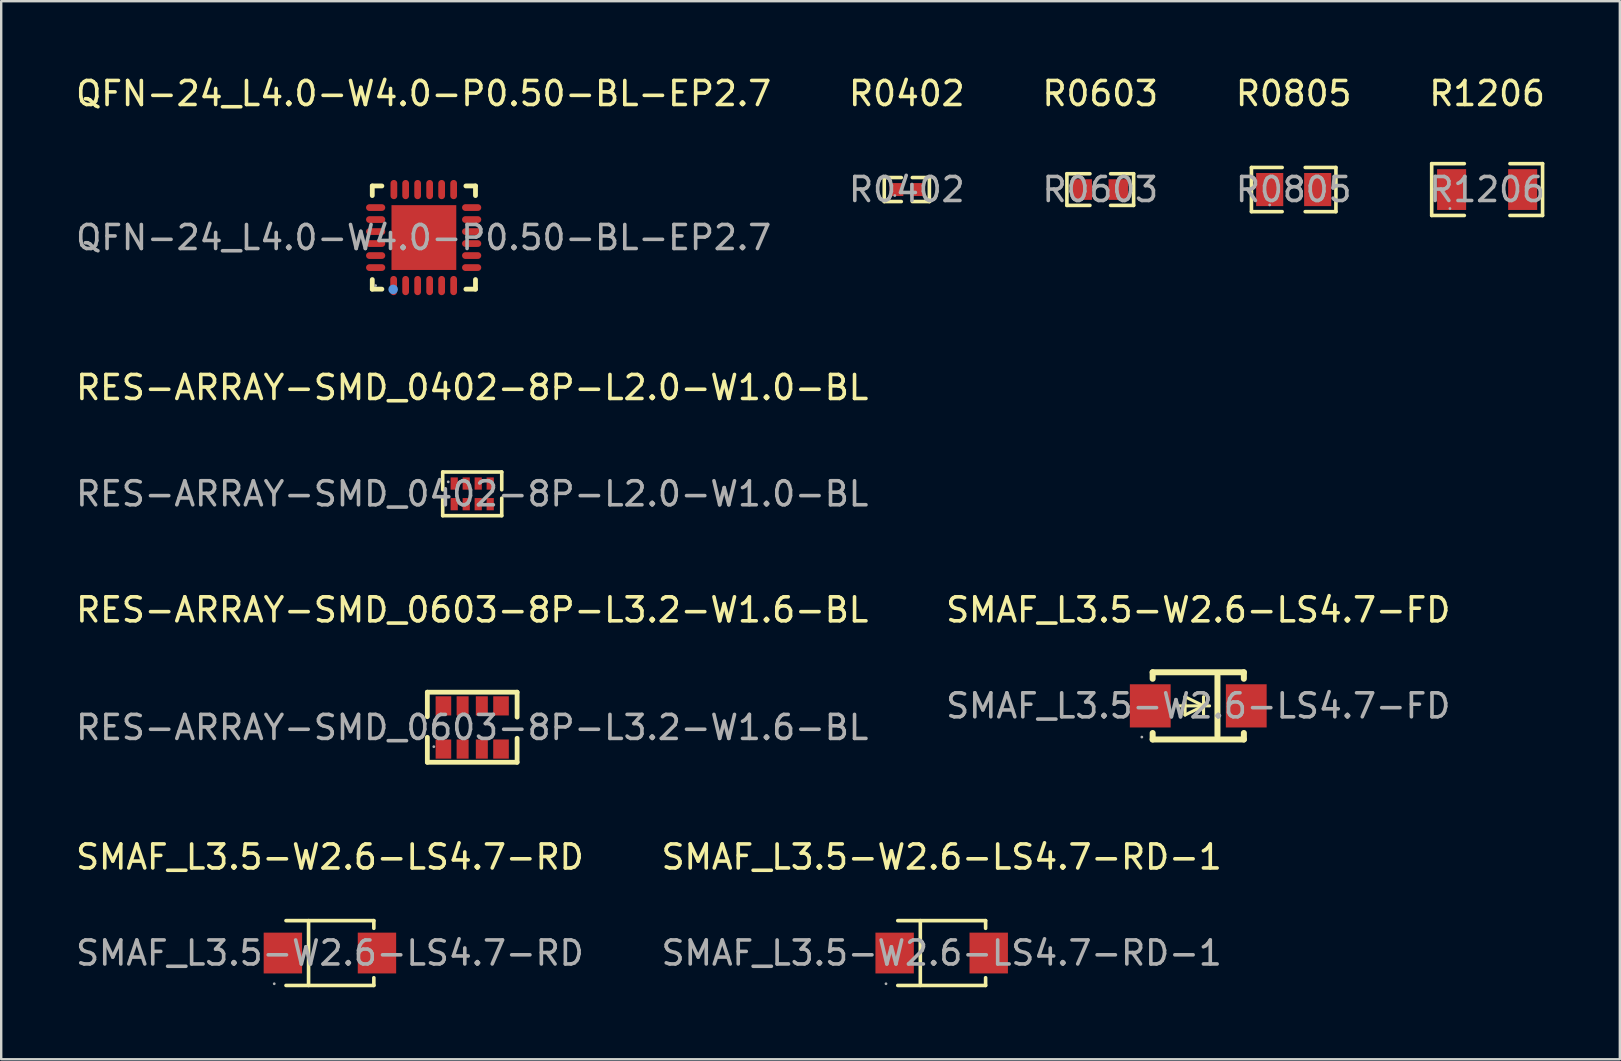
<source format=kicad_pcb>
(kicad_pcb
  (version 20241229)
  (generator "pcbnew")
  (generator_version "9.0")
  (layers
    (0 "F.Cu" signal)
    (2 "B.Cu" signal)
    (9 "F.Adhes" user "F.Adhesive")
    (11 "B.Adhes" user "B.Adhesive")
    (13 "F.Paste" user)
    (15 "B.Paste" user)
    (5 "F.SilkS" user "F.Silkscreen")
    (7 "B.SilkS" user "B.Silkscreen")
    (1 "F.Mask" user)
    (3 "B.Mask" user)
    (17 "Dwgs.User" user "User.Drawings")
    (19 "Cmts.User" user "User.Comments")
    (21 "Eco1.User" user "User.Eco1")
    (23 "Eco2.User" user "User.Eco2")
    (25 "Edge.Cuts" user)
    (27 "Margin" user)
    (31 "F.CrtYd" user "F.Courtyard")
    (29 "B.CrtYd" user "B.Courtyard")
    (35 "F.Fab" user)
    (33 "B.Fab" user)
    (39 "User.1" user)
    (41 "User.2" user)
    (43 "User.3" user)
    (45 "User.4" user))
  (footprint "SMAF_L3.5-W2.6-LS4.7-RD"
    (layer "F.Cu")
    (at 10.696 36.658)
    (property "Reference" "SMAF_L3.5-W2.6-LS4.7-RD" (at 0 -4 0) (layer "F.SilkS") (effects (font (size 1 1) (thickness 0.15))))
    (attr through_hole)
    (fp_line (start -1.83 -1.35) (end 1.83 -1.35) (stroke (width 0.15) (type solid)) (layer "F.SilkS"))
    (fp_line (start -1.83 1.35) (end 1.83 1.35) (stroke (width 0.15) (type solid)) (layer "F.SilkS"))
    (fp_line (start -0.89 -1.35) (end -0.89 1.35) (stroke (width 0.15) (type solid)) (layer "F.SilkS"))
    (fp_line (start 1.83 -1.35) (end 1.83 -1.03) (stroke (width 0.15) (type solid)) (layer "F.SilkS"))
    (fp_line (start 1.83 1.03) (end 1.83 1.35) (stroke (width 0.15) (type solid)) (layer "F.SilkS"))
    (fp_circle (center -2.32 1.28) (end -2.29 1.28) (stroke (width 0.06) (type solid)) (fill no) (layer "F.Fab"))
    (fp_text user "${REFERENCE}" (at 0 0 0) (layer "F.Fab") (effects (font (size 1 1) (thickness 0.15))))
    (pad "1" smd rect (at -1.96 0 180) (size 1.6 1.7) (layers "F.Cu" "F.Mask" "F.Paste"))
    (pad "2" smd rect (at 1.96 0 180) (size 1.6 1.7) (layers "F.Cu" "F.Mask" "F.Paste")))
  (footprint "R0805"
    (layer "F.Cu")
    (at 50.851 4.848)
    (property "Reference" "R0805" (at 0 -4 0) (layer "F.SilkS") (effects (font (size 1 1) (thickness 0.15))))
    (attr smd)
    (fp_line (start -1.76 -0.92) (end -0.48 -0.92) (stroke (width 0.15) (type solid)) (layer "F.SilkS"))
    (fp_line (start -1.76 0.92) (end -1.76 -0.92) (stroke (width 0.15) (type solid)) (layer "F.SilkS"))
    (fp_line (start -0.48 0.92) (end -1.76 0.92) (stroke (width 0.15) (type solid)) (layer "F.SilkS"))
    (fp_line (start 0.48 0.92) (end 1.76 0.92) (stroke (width 0.15) (type solid)) (layer "F.SilkS"))
    (fp_line (start 1.76 -0.92) (end 0.48 -0.92) (stroke (width 0.15) (type solid)) (layer "F.SilkS"))
    (fp_line (start 1.76 0.92) (end 1.76 -0.92) (stroke (width 0.15) (type solid)) (layer "F.SilkS"))
    (fp_circle (center -1 0.64) (end -0.97 0.64) (stroke (width 0.06) (type solid)) (fill no) (layer "F.Fab"))
    (fp_text user "${REFERENCE}" (at 0 0 0) (layer "F.Fab") (effects (font (size 1 1) (thickness 0.15))))
    (pad "1" smd rect (at -1 0) (size 1.13 1.38) (layers "F.Cu" "F.Mask" "F.Paste"))
    (pad "2" smd rect (at 1 0) (size 1.13 1.38) (layers "F.Cu" "F.Mask" "F.Paste")))
  (footprint "QFN-24_L4.0-W4.0-P0.50-BL-EP2.7"
    (layer "F.Cu")
    (at 14.601 6.848)
    (property "Reference" "QFN-24_L4.0-W4.0-P0.50-BL-EP2.7" (at 0 -6 0) (layer "F.SilkS") (effects (font (size 1 1) (thickness 0.15))))
    (attr smd)
    (fp_line (start -2.14 -2.15) (end -1.74 -2.15) (stroke (width 0.2) (type solid)) (layer "F.SilkS"))
    (fp_line (start -2.14 -1.75) (end -2.14 -2.15) (stroke (width 0.2) (type solid)) (layer "F.SilkS"))
    (fp_line (start -2.14 2.15) (end -2.14 1.75) (stroke (width 0.2) (type solid)) (layer "F.SilkS"))
    (fp_line (start -1.74 2.15) (end -2.14 2.15) (stroke (width 0.2) (type solid)) (layer "F.SilkS"))
    (fp_line (start 2.16 -2.15) (end 1.76 -2.15) (stroke (width 0.2) (type solid)) (layer "F.SilkS"))
    (fp_line (start 2.16 -1.75) (end 2.16 -2.15) (stroke (width 0.2) (type solid)) (layer "F.SilkS"))
    (fp_line (start 2.16 1.75) (end 2.16 2.15) (stroke (width 0.2) (type solid)) (layer "F.SilkS"))
    (fp_line (start 2.16 2.15) (end 1.76 2.15) (stroke (width 0.2) (type solid)) (layer "F.SilkS"))
    (fp_circle (center -1.27 2.16) (end -1.17 2.16) (stroke (width 0.2) (type solid)) (fill no) (layer "Cmts.User"))
    (fp_circle (center -2 2) (end -1.97 2) (stroke (width 0.06) (type solid)) (fill no) (layer "F.Fab"))
    (fp_text user "${REFERENCE}" (at 0 0 0) (layer "F.Fab") (effects (font (size 1 1) (thickness 0.15))))
    (pad "1" smd oval (at -1.25 2) (size 0.28 0.8) (layers "F.Cu" "F.Mask" "F.Paste"))
    (pad "2" smd oval (at -0.75 2) (size 0.28 0.8) (layers "F.Cu" "F.Mask" "F.Paste"))
    (pad "3" smd oval (at -0.25 2) (size 0.28 0.8) (layers "F.Cu" "F.Mask" "F.Paste"))
    (pad "4" smd oval (at 0.25 2) (size 0.28 0.8) (layers "F.Cu" "F.Mask" "F.Paste"))
    (pad "5" smd oval (at 0.75 2) (size 0.28 0.8) (layers "F.Cu" "F.Mask" "F.Paste"))
    (pad "6" smd oval (at 1.25 2) (size 0.28 0.8) (layers "F.Cu" "F.Mask" "F.Paste"))
    (pad "7" smd oval (at 2 1.25) (size 0.8 0.28) (layers "F.Cu" "F.Mask" "F.Paste"))
    (pad "8" smd oval (at 2 0.75) (size 0.8 0.28) (layers "F.Cu" "F.Mask" "F.Paste"))
    (pad "9" smd oval (at 2 0.25) (size 0.8 0.28) (layers "F.Cu" "F.Mask" "F.Paste"))
    (pad "10" smd oval (at 2 -0.25) (size 0.8 0.28) (layers "F.Cu" "F.Mask" "F.Paste"))
    (pad "11" smd oval (at 2 -0.75) (size 0.8 0.28) (layers "F.Cu" "F.Mask" "F.Paste"))
    (pad "12" smd oval (at 2 -1.25) (size 0.8 0.28) (layers "F.Cu" "F.Mask" "F.Paste"))
    (pad "13" smd oval (at 1.25 -2) (size 0.28 0.8) (layers "F.Cu" "F.Mask" "F.Paste"))
    (pad "14" smd oval (at 0.75 -2) (size 0.28 0.8) (layers "F.Cu" "F.Mask" "F.Paste"))
    (pad "15" smd oval (at 0.25 -2) (size 0.28 0.8) (layers "F.Cu" "F.Mask" "F.Paste"))
    (pad "16" smd oval (at -0.25 -2) (size 0.28 0.8) (layers "F.Cu" "F.Mask" "F.Paste"))
    (pad "17" smd oval (at -0.75 -2) (size 0.28 0.8) (layers "F.Cu" "F.Mask" "F.Paste"))
    (pad "18" smd oval (at -1.24 -2) (size 0.28 0.8) (layers "F.Cu" "F.Mask" "F.Paste"))
    (pad "19" smd oval (at -2 -1.25) (size 0.8 0.28) (layers "F.Cu" "F.Mask" "F.Paste"))
    (pad "20" smd oval (at -2 -0.75) (size 0.8 0.28) (layers "F.Cu" "F.Mask" "F.Paste"))
    (pad "21" smd oval (at -2 -0.25) (size 0.8 0.28) (layers "F.Cu" "F.Mask" "F.Paste"))
    (pad "22" smd oval (at -2 0.25) (size 0.8 0.28) (layers "F.Cu" "F.Mask" "F.Paste"))
    (pad "23" smd oval (at -2 0.75) (size 0.8 0.28) (layers "F.Cu" "F.Mask" "F.Paste"))
    (pad "24" smd oval (at -2 1.25) (size 0.8 0.28) (layers "F.Cu" "F.Mask" "F.Paste"))
    (pad "25" smd rect (at 0.01 0) (size 2.7 2.7) (layers "F.Cu" "F.Mask" "F.Paste")))
  (footprint "R0603"
    (layer "F.Cu")
    (at 42.792 4.848)
    (property "Reference" "R0603" (at 0 -4 0) (layer "F.SilkS") (effects (font (size 1 1) (thickness 0.15))))
    (attr smd)
    (fp_line (start -1.39 -0.66) (end -0.43 -0.66) (stroke (width 0.15) (type solid)) (layer "F.SilkS"))
    (fp_line (start -1.39 0.66) (end -1.39 -0.66) (stroke (width 0.15) (type solid)) (layer "F.SilkS"))
    (fp_line (start -0.43 0.66) (end -1.39 0.66) (stroke (width 0.15) (type solid)) (layer "F.SilkS"))
    (fp_line (start 0.43 0.66) (end 1.39 0.66) (stroke (width 0.15) (type solid)) (layer "F.SilkS"))
    (fp_line (start 1.39 -0.66) (end 0.43 -0.66) (stroke (width 0.15) (type solid)) (layer "F.SilkS"))
    (fp_line (start 1.39 0.66) (end 1.39 -0.66) (stroke (width 0.15) (type solid)) (layer "F.SilkS"))
    (fp_circle (center -0.8 0.4) (end -0.77 0.4) (stroke (width 0.06) (type solid)) (fill no) (layer "F.Fab"))
    (fp_text user "${REFERENCE}" (at 0 0 0) (layer "F.Fab") (effects (font (size 1 1) (thickness 0.15))))
    (pad "1" smd rect (at -0.75 0) (size 0.81 0.86) (layers "F.Cu" "F.Mask" "F.Paste"))
    (pad "2" smd rect (at 0.75 0) (size 0.81 0.86) (layers "F.Cu" "F.Mask" "F.Paste")))
  (footprint "R0402"
    (layer "F.Cu")
    (at 34.732 4.848)
    (property "Reference" "R0402" (at 0 -4 0) (layer "F.SilkS") (effects (font (size 1 1) (thickness 0.15))))
    (attr smd)
    (fp_line (start -0.94 -0.5) (end -0.23 -0.5) (stroke (width 0.15) (type solid)) (layer "F.SilkS"))
    (fp_line (start -0.94 0.5) (end -0.94 -0.5) (stroke (width 0.15) (type solid)) (layer "F.SilkS"))
    (fp_line (start -0.23 0.5) (end -0.94 0.5) (stroke (width 0.15) (type solid)) (layer "F.SilkS"))
    (fp_line (start 0.23 0.5) (end 0.94 0.5) (stroke (width 0.15) (type solid)) (layer "F.SilkS"))
    (fp_line (start 0.94 -0.5) (end 0.23 -0.5) (stroke (width 0.15) (type solid)) (layer "F.SilkS"))
    (fp_line (start 0.94 0.5) (end 0.94 -0.5) (stroke (width 0.15) (type solid)) (layer "F.SilkS"))
    (fp_circle (center -0.5 0.25) (end -0.47 0.25) (stroke (width 0.06) (type solid)) (fill no) (layer "F.Fab"))
    (fp_text user "${REFERENCE}" (at 0 0 0) (layer "F.Fab") (effects (font (size 1 1) (thickness 0.15))))
    (pad "1" smd rect (at -0.43 0) (size 0.57 0.54) (layers "F.Cu" "F.Mask" "F.Paste"))
    (pad "2" smd rect (at 0.43 0) (size 0.57 0.54) (layers "F.Cu" "F.Mask" "F.Paste")))
  (footprint "RES-ARRAY-SMD_0402-8P-L2.0-W1.0-BL"
    (layer "F.Cu")
    (at 16.625 17.526)
    (property "Reference" "RES-ARRAY-SMD_0402-8P-L2.0-W1.0-BL" (at 0 -4.43 0) (layer "F.SilkS") (effects (font (size 1 1) (thickness 0.15))))
    (attr smd)
    (fp_line (start -1.23 -0.91) (end 1.23 -0.91) (stroke (width 0.15) (type solid)) (layer "F.SilkS"))
    (fp_line (start -1.23 -0.17) (end -1.23 -0.91) (stroke (width 0.15) (type solid)) (layer "F.SilkS"))
    (fp_line (start -1.23 0.18) (end -1.23 0.91) (stroke (width 0.15) (type solid)) (layer "F.SilkS"))
    (fp_line (start -1.23 0.91) (end 1.23 0.91) (stroke (width 0.15) (type solid)) (layer "F.SilkS"))
    (fp_line (start 1.23 -0.91) (end 1.23 -0.17) (stroke (width 0.15) (type solid)) (layer "F.SilkS"))
    (fp_line (start 1.23 0.91) (end 1.23 0.18) (stroke (width 0.15) (type solid)) (layer "F.SilkS"))
    (fp_circle (center -1 -0.5) (end -0.97 -0.5) (stroke (width 0.06) (type solid)) (fill no) (layer "F.Fab"))
    (fp_text user "${REFERENCE}" (at 0 0 0) (layer "F.Fab") (effects (font (size 1 1) (thickness 0.15))))
    (pad "1" smd rect (at -0.75 -0.43 180) (size 0.3 0.51) (layers "F.Cu" "F.Mask" "F.Paste"))
    (pad "2" smd rect (at -0.25 -0.43 180) (size 0.3 0.51) (layers "F.Cu" "F.Mask" "F.Paste"))
    (pad "3" smd rect (at 0.25 -0.43 180) (size 0.3 0.51) (layers "F.Cu" "F.Mask" "F.Paste"))
    (pad "4" smd rect (at 0.75 -0.43 180) (size 0.3 0.51) (layers "F.Cu" "F.Mask" "F.Paste"))
    (pad "5" smd rect (at 0.75 0.43 180) (size 0.3 0.51) (layers "F.Cu" "F.Mask" "F.Paste"))
    (pad "6" smd rect (at 0.25 0.43 180) (size 0.3 0.51) (layers "F.Cu" "F.Mask" "F.Paste"))
    (pad "7" smd rect (at -0.25 0.43 180) (size 0.3 0.51) (layers "F.Cu" "F.Mask" "F.Paste"))
    (pad "8" smd rect (at -0.75 0.43 180) (size 0.3 0.51) (layers "F.Cu" "F.Mask" "F.Paste")))
  (footprint "SMAF_L3.5-W2.6-LS4.7-FD"
    (layer "F.Cu")
    (at 46.875 26.36)
    (property "Reference" "SMAF_L3.5-W2.6-LS4.7-FD" (at 0 -4 0) (layer "F.SilkS") (effects (font (size 1 1) (thickness 0.15))))
    (attr smd)
    (fp_line (start -1.9 -1.4) (end -1.9 -1.13) (stroke (width 0.25) (type solid)) (layer "F.SilkS"))
    (fp_line (start -1.9 -1.4) (end 1.9 -1.4) (stroke (width 0.25) (type solid)) (layer "F.SilkS"))
    (fp_line (start -1.9 1.13) (end -1.9 1.4) (stroke (width 0.25) (type solid)) (layer "F.SilkS"))
    (fp_line (start -1.9 1.4) (end 1.9 1.4) (stroke (width 0.25) (type solid)) (layer "F.SilkS"))
    (fp_line (start -0.8 0) (end 0.47 0) (stroke (width 0.13) (type solid)) (layer "F.SilkS"))
    (fp_line (start -0.55 -0.38) (end 0.22 0) (stroke (width 0.13) (type solid)) (layer "F.SilkS"))
    (fp_line (start -0.55 0) (end -0.55 -0.38) (stroke (width 0.13) (type solid)) (layer "F.SilkS"))
    (fp_line (start -0.55 0) (end -0.55 0.38) (stroke (width 0.13) (type solid)) (layer "F.SilkS"))
    (fp_line (start -0.55 0.38) (end 0.22 0) (stroke (width 0.13) (type solid)) (layer "F.SilkS"))
    (fp_line (start 0.22 0) (end 0.22 -0.38) (stroke (width 0.13) (type solid)) (layer "F.SilkS"))
    (fp_line (start 0.22 0) (end 0.22 0.38) (stroke (width 0.13) (type solid)) (layer "F.SilkS"))
    (fp_line (start 0.8 1.25) (end 0.8 -1.25) (stroke (width 0.25) (type solid)) (layer "F.SilkS"))
    (fp_line (start 1.9 -1.4) (end 1.9 -1.13) (stroke (width 0.25) (type solid)) (layer "F.SilkS"))
    (fp_line (start 1.9 1.13) (end 1.9 1.4) (stroke (width 0.25) (type solid)) (layer "F.SilkS"))
    (fp_circle (center -2.35 1.3) (end -2.32 1.3) (stroke (width 0.06) (type solid)) (fill no) (layer "F.Fab"))
    (fp_text user "${REFERENCE}" (at 0 0 0) (layer "F.Fab") (effects (font (size 1 1) (thickness 0.15))))
    (pad "1" smd rect (at -2 0 180) (size 1.7 1.8) (layers "F.Cu" "F.Mask" "F.Paste"))
    (pad "2" smd rect (at 2 0 180) (size 1.7 1.8) (layers "F.Cu" "F.Mask" "F.Paste")))
  (footprint "R1206"
    (layer "F.Cu")
    (at 58.911 4.848)
    (property "Reference" "R1206" (at 0 -4 0) (layer "F.SilkS") (effects (font (size 1 1) (thickness 0.15))))
    (attr smd)
    (fp_line (start -2.31 -1.08) (end -0.95 -1.08) (stroke (width 0.15) (type solid)) (layer "F.SilkS"))
    (fp_line (start -2.31 1.08) (end -2.31 -1.08) (stroke (width 0.15) (type solid)) (layer "F.SilkS"))
    (fp_line (start -0.95 1.08) (end -2.31 1.08) (stroke (width 0.15) (type solid)) (layer "F.SilkS"))
    (fp_line (start 0.95 1.08) (end 2.31 1.08) (stroke (width 0.15) (type solid)) (layer "F.SilkS"))
    (fp_line (start 2.31 -1.08) (end 0.95 -1.08) (stroke (width 0.15) (type solid)) (layer "F.SilkS"))
    (fp_line (start 2.31 1.08) (end 2.31 -1.08) (stroke (width 0.15) (type solid)) (layer "F.SilkS"))
    (fp_circle (center -1.55 0.79) (end -1.52 0.79) (stroke (width 0.06) (type solid)) (fill no) (layer "F.Fab"))
    (fp_text user "${REFERENCE}" (at 0 0 0) (layer "F.Fab") (effects (font (size 1 1) (thickness 0.15))))
    (pad "1" smd rect (at -1.48 0) (size 1.21 1.7) (layers "F.Cu" "F.Mask" "F.Paste"))
    (pad "2" smd rect (at 1.48 0) (size 1.21 1.7) (layers "F.Cu" "F.Mask" "F.Paste")))
  (footprint "RES-ARRAY-SMD_0603-8P-L3.2-W1.6-BL"
    (layer "F.Cu")
    (at 16.625 27.26)
    (property "Reference" "RES-ARRAY-SMD_0603-8P-L3.2-W1.6-BL" (at 0 -4.9 0) (layer "F.SilkS") (effects (font (size 1 1) (thickness 0.15))))
    (attr smd)
    (fp_line (start -1.87 -1.47) (end 1.87 -1.47) (stroke (width 0.2) (type solid)) (layer "F.SilkS"))
    (fp_line (start -1.87 -0.45) (end -1.87 -1.47) (stroke (width 0.2) (type solid)) (layer "F.SilkS"))
    (fp_line (start -1.87 1.45) (end -1.87 0.41) (stroke (width 0.2) (type solid)) (layer "F.SilkS"))
    (fp_line (start 1.87 -1.47) (end 1.87 -0.43) (stroke (width 0.2) (type solid)) (layer "F.SilkS"))
    (fp_line (start 1.87 0.45) (end 1.87 1.45) (stroke (width 0.2) (type solid)) (layer "F.SilkS"))
    (fp_line (start 1.87 1.45) (end -1.87 1.45) (stroke (width 0.2) (type solid)) (layer "F.SilkS"))
    (fp_circle (center -1.6 0.8) (end -1.57 0.8) (stroke (width 0.06) (type solid)) (fill no) (layer "F.Fab"))
    (fp_text user "${REFERENCE}" (at 0 0 0) (layer "F.Fab") (effects (font (size 1 1) (thickness 0.15))))
    (pad "1" smd rect (at -1.2 0.9) (size 0.65 0.8) (layers "F.Cu" "F.Mask" "F.Paste"))
    (pad "2" smd rect (at -0.4 0.9) (size 0.5 0.8) (layers "F.Cu" "F.Mask" "F.Paste"))
    (pad "3" smd rect (at 0.4 0.9) (size 0.5 0.8) (layers "F.Cu" "F.Mask" "F.Paste"))
    (pad "4" smd rect (at 1.2 0.9) (size 0.65 0.8) (layers "F.Cu" "F.Mask" "F.Paste"))
    (pad "5" smd rect (at 1.2 -0.9) (size 0.65 0.8) (layers "F.Cu" "F.Mask" "F.Paste"))
    (pad "6" smd rect (at 0.4 -0.9) (size 0.5 0.8) (layers "F.Cu" "F.Mask" "F.Paste"))
    (pad "7" smd rect (at -0.4 -0.9) (size 0.5 0.8) (layers "F.Cu" "F.Mask" "F.Paste"))
    (pad "8" smd rect (at -1.2 -0.9) (size 0.65 0.8) (layers "F.Cu" "F.Mask" "F.Paste")))
  (footprint "SMAF_L3.5-W2.6-LS4.7-RD-1"
    (layer "F.Cu")
    (at 36.185 36.658)
    (property "Reference" "SMAF_L3.5-W2.6-LS4.7-RD-1" (at 0 -4 0) (layer "F.SilkS") (effects (font (size 1 1) (thickness 0.15))))
    (attr smd)
    (fp_line (start -1.83 -1.35) (end 1.83 -1.35) (stroke (width 0.15) (type solid)) (layer "F.SilkS"))
    (fp_line (start -1.83 1.35) (end 1.83 1.35) (stroke (width 0.15) (type solid)) (layer "F.SilkS"))
    (fp_line (start -0.89 -1.35) (end -0.89 1.35) (stroke (width 0.15) (type solid)) (layer "F.SilkS"))
    (fp_line (start 1.83 -1.35) (end 1.83 -1.03) (stroke (width 0.15) (type solid)) (layer "F.SilkS"))
    (fp_line (start 1.83 1.03) (end 1.83 1.35) (stroke (width 0.15) (type solid)) (layer "F.SilkS"))
    (fp_circle (center -2.32 1.28) (end -2.29 1.28) (stroke (width 0.06) (type solid)) (fill no) (layer "F.Fab"))
    (fp_text user "${REFERENCE}" (at 0 0 0) (layer "F.Fab") (effects (font (size 1 1) (thickness 0.15))))
    (pad "1" smd rect (at -1.96 0 180) (size 1.6 1.7) (layers "F.Cu" "F.Mask" "F.Paste"))
    (pad "2" smd rect (at 1.96 0 180) (size 1.6 1.7) (layers "F.Cu" "F.Mask" "F.Paste")))
  (gr_rect
    (start -3 -3)
    (end 64.44 41.083)
    (stroke (width 0.1) (type default))
    (fill no)
    (layer "Edge.Cuts")))
</source>
